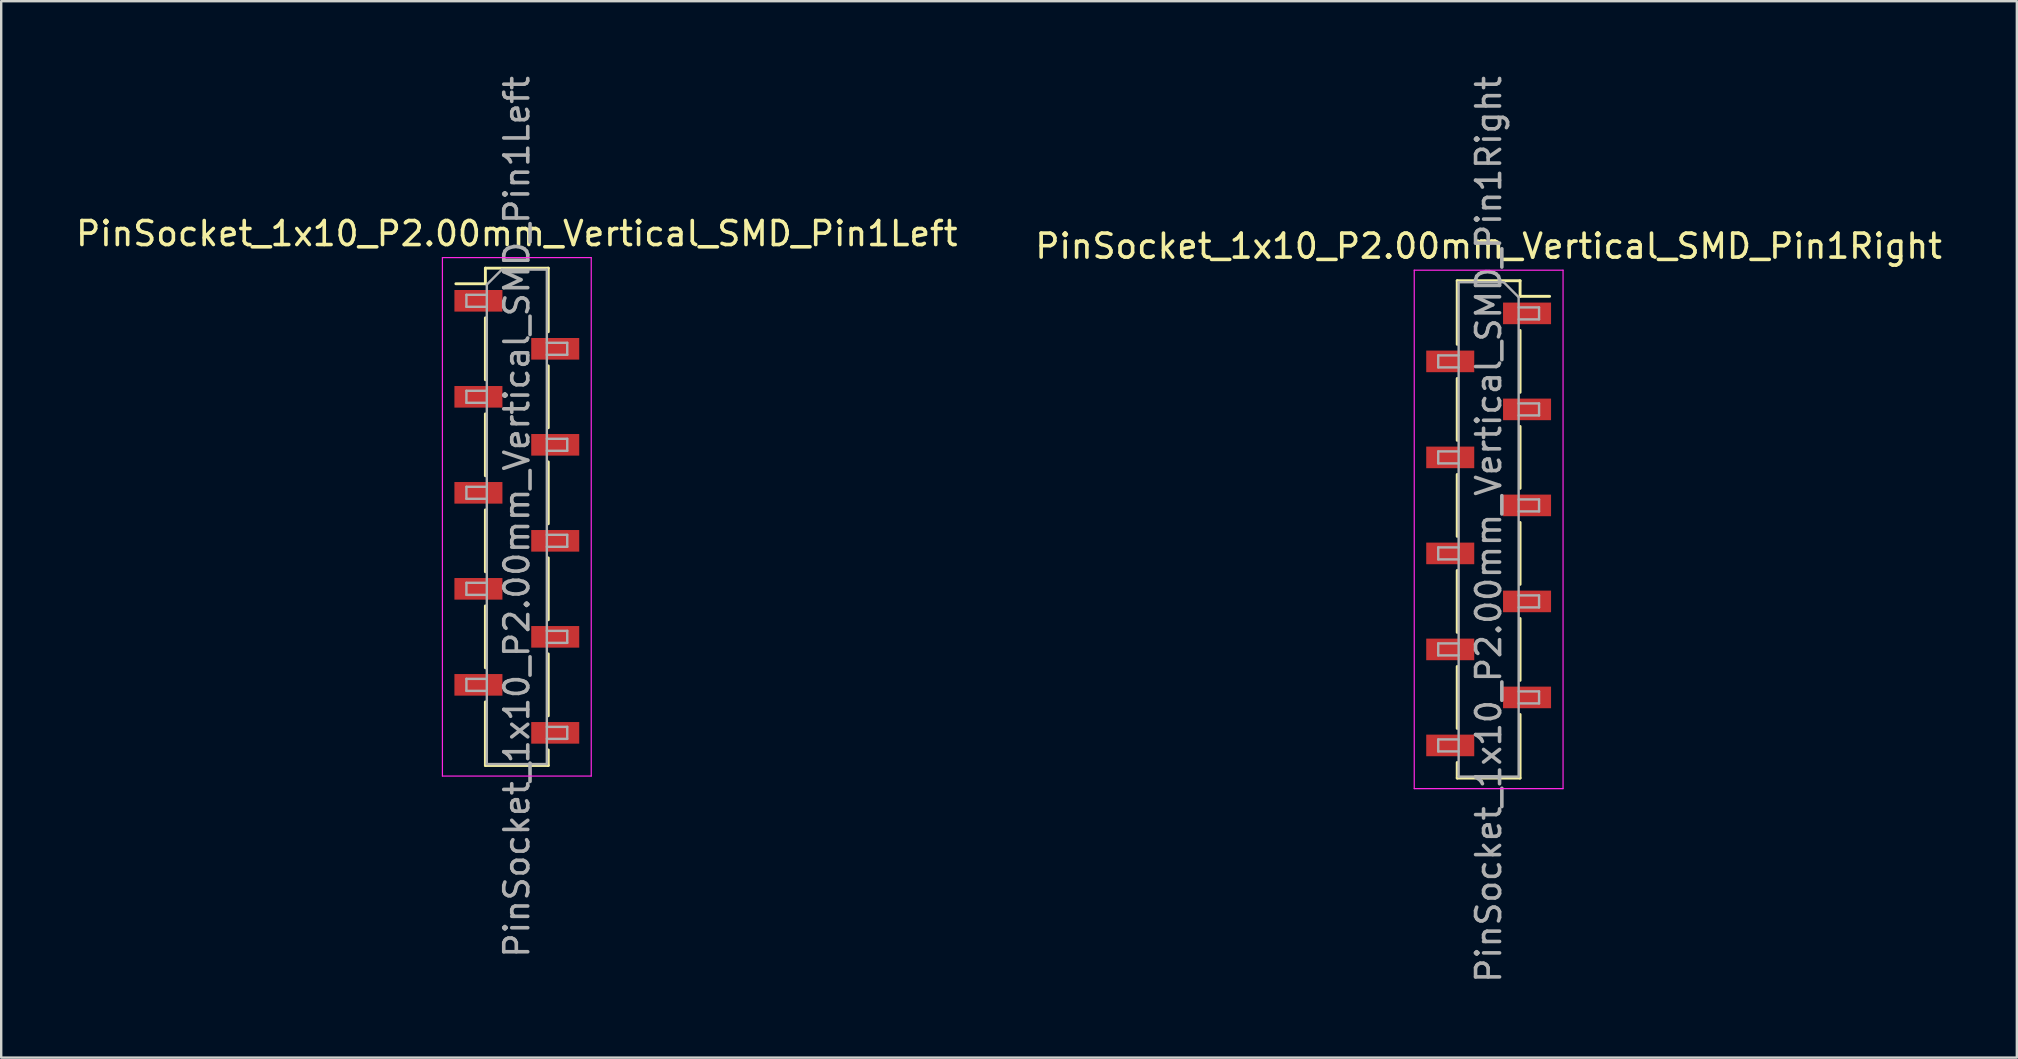
<source format=kicad_pcb>
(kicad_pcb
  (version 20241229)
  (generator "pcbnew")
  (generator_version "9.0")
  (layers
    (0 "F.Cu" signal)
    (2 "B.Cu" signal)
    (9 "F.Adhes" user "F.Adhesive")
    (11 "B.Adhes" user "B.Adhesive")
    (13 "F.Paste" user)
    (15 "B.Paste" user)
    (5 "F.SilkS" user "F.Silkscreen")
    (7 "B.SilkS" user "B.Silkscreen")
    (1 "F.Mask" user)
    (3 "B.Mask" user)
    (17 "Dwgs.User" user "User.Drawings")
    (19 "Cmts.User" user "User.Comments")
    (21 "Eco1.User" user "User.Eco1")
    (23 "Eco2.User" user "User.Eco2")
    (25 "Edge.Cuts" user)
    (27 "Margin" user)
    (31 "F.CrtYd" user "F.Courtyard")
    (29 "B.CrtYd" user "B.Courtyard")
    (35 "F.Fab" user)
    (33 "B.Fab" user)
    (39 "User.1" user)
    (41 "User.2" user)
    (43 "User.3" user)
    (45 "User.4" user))
  (footprint "PinSocket_1x10_P2.00mm_Vertical_SMD_Pin1Right"
    (layer "F.Cu")
    (at 58.97 19.006)
    (property "Reference" "PinSocket_1x10_P2.00mm_Vertical_SMD_Pin1Right" (at 0 -11.8 0) (layer "F.SilkS") (effects (font (size 1 1) (thickness 0.15))))
    (attr smd)
    (fp_line (start -1.31 -10.36) (end -1.31 -7.71) (stroke (width 0.12) (type solid)) (layer "F.SilkS"))
    (fp_line (start -1.31 -10.36) (end 1.31 -10.36) (stroke (width 0.12) (type solid)) (layer "F.SilkS"))
    (fp_line (start -1.31 -6.29) (end -1.31 -3.71) (stroke (width 0.12) (type solid)) (layer "F.SilkS"))
    (fp_line (start -1.31 -2.29) (end -1.31 0.29) (stroke (width 0.12) (type solid)) (layer "F.SilkS"))
    (fp_line (start -1.31 1.71) (end -1.31 4.29) (stroke (width 0.12) (type solid)) (layer "F.SilkS"))
    (fp_line (start -1.31 5.71) (end -1.31 8.29) (stroke (width 0.12) (type solid)) (layer "F.SilkS"))
    (fp_line (start -1.31 9.71) (end -1.31 10.36) (stroke (width 0.12) (type solid)) (layer "F.SilkS"))
    (fp_line (start -1.31 10.36) (end 1.31 10.36) (stroke (width 0.12) (type solid)) (layer "F.SilkS"))
    (fp_line (start 1.31 -10.36) (end 1.31 -9.71) (stroke (width 0.12) (type solid)) (layer "F.SilkS"))
    (fp_line (start 1.31 -9.71) (end 2.54 -9.71) (stroke (width 0.12) (type solid)) (layer "F.SilkS"))
    (fp_line (start 1.31 -8.29) (end 1.31 -5.71) (stroke (width 0.12) (type solid)) (layer "F.SilkS"))
    (fp_line (start 1.31 -4.29) (end 1.31 -1.71) (stroke (width 0.12) (type solid)) (layer "F.SilkS"))
    (fp_line (start 1.31 -0.29) (end 1.31 2.29) (stroke (width 0.12) (type solid)) (layer "F.SilkS"))
    (fp_line (start 1.31 3.71) (end 1.31 6.29) (stroke (width 0.12) (type solid)) (layer "F.SilkS"))
    (fp_line (start 1.31 7.71) (end 1.31 10.36) (stroke (width 0.12) (type solid)) (layer "F.SilkS"))
    (fp_line (start -3.1 -10.8) (end 3.1 -10.8) (stroke (width 0.05) (type solid)) (layer "F.CrtYd"))
    (fp_line (start -3.1 10.8) (end -3.1 -10.8) (stroke (width 0.05) (type solid)) (layer "F.CrtYd"))
    (fp_line (start 3.1 -10.8) (end 3.1 10.8) (stroke (width 0.05) (type solid)) (layer "F.CrtYd"))
    (fp_line (start 3.1 10.8) (end -3.1 10.8) (stroke (width 0.05) (type solid)) (layer "F.CrtYd"))
    (fp_line (start -2.1 -7.25) (end -1.25 -7.25) (stroke (width 0.1) (type solid)) (layer "F.Fab"))
    (fp_line (start -2.1 -6.75) (end -2.1 -7.25) (stroke (width 0.1) (type solid)) (layer "F.Fab"))
    (fp_line (start -2.1 -3.25) (end -1.25 -3.25) (stroke (width 0.1) (type solid)) (layer "F.Fab"))
    (fp_line (start -2.1 -2.75) (end -2.1 -3.25) (stroke (width 0.1) (type solid)) (layer "F.Fab"))
    (fp_line (start -2.1 0.75) (end -1.25 0.75) (stroke (width 0.1) (type solid)) (layer "F.Fab"))
    (fp_line (start -2.1 1.25) (end -2.1 0.75) (stroke (width 0.1) (type solid)) (layer "F.Fab"))
    (fp_line (start -2.1 4.75) (end -1.25 4.75) (stroke (width 0.1) (type solid)) (layer "F.Fab"))
    (fp_line (start -2.1 5.25) (end -2.1 4.75) (stroke (width 0.1) (type solid)) (layer "F.Fab"))
    (fp_line (start -2.1 8.75) (end -1.25 8.75) (stroke (width 0.1) (type solid)) (layer "F.Fab"))
    (fp_line (start -2.1 9.25) (end -2.1 8.75) (stroke (width 0.1) (type solid)) (layer "F.Fab"))
    (fp_line (start -1.25 -10.3) (end 0.625 -10.3) (stroke (width 0.1) (type solid)) (layer "F.Fab"))
    (fp_line (start -1.25 -6.75) (end -2.1 -6.75) (stroke (width 0.1) (type solid)) (layer "F.Fab"))
    (fp_line (start -1.25 -2.75) (end -2.1 -2.75) (stroke (width 0.1) (type solid)) (layer "F.Fab"))
    (fp_line (start -1.25 1.25) (end -2.1 1.25) (stroke (width 0.1) (type solid)) (layer "F.Fab"))
    (fp_line (start -1.25 5.25) (end -2.1 5.25) (stroke (width 0.1) (type solid)) (layer "F.Fab"))
    (fp_line (start -1.25 9.25) (end -2.1 9.25) (stroke (width 0.1) (type solid)) (layer "F.Fab"))
    (fp_line (start -1.25 10.3) (end -1.25 -10.3) (stroke (width 0.1) (type solid)) (layer "F.Fab"))
    (fp_line (start 0.625 -10.3) (end 1.25 -9.675) (stroke (width 0.1) (type solid)) (layer "F.Fab"))
    (fp_line (start 1.25 -9.675) (end 1.25 10.3) (stroke (width 0.1) (type solid)) (layer "F.Fab"))
    (fp_line (start 1.25 -9.25) (end 2.1 -9.25) (stroke (width 0.1) (type solid)) (layer "F.Fab"))
    (fp_line (start 1.25 -5.25) (end 2.1 -5.25) (stroke (width 0.1) (type solid)) (layer "F.Fab"))
    (fp_line (start 1.25 -1.25) (end 2.1 -1.25) (stroke (width 0.1) (type solid)) (layer "F.Fab"))
    (fp_line (start 1.25 2.75) (end 2.1 2.75) (stroke (width 0.1) (type solid)) (layer "F.Fab"))
    (fp_line (start 1.25 6.75) (end 2.1 6.75) (stroke (width 0.1) (type solid)) (layer "F.Fab"))
    (fp_line (start 1.25 10.3) (end -1.25 10.3) (stroke (width 0.1) (type solid)) (layer "F.Fab"))
    (fp_line (start 2.1 -9.25) (end 2.1 -8.75) (stroke (width 0.1) (type solid)) (layer "F.Fab"))
    (fp_line (start 2.1 -8.75) (end 1.25 -8.75) (stroke (width 0.1) (type solid)) (layer "F.Fab"))
    (fp_line (start 2.1 -5.25) (end 2.1 -4.75) (stroke (width 0.1) (type solid)) (layer "F.Fab"))
    (fp_line (start 2.1 -4.75) (end 1.25 -4.75) (stroke (width 0.1) (type solid)) (layer "F.Fab"))
    (fp_line (start 2.1 -1.25) (end 2.1 -0.75) (stroke (width 0.1) (type solid)) (layer "F.Fab"))
    (fp_line (start 2.1 -0.75) (end 1.25 -0.75) (stroke (width 0.1) (type solid)) (layer "F.Fab"))
    (fp_line (start 2.1 2.75) (end 2.1 3.25) (stroke (width 0.1) (type solid)) (layer "F.Fab"))
    (fp_line (start 2.1 3.25) (end 1.25 3.25) (stroke (width 0.1) (type solid)) (layer "F.Fab"))
    (fp_line (start 2.1 6.75) (end 2.1 7.25) (stroke (width 0.1) (type solid)) (layer "F.Fab"))
    (fp_line (start 2.1 7.25) (end 1.25 7.25) (stroke (width 0.1) (type solid)) (layer "F.Fab"))
    (fp_text user "${REFERENCE}" (at 0 0 90) (layer "F.Fab") (effects (font (size 1 1) (thickness 0.15))))
    (pad "1" smd rect (at 1.6 -9) (size 2 0.9) (layers "F.Cu" "F.Mask" "F.Paste"))
    (pad "2" smd rect (at -1.6 -7) (size 2 0.9) (layers "F.Cu" "F.Mask" "F.Paste"))
    (pad "3" smd rect (at 1.6 -5) (size 2 0.9) (layers "F.Cu" "F.Mask" "F.Paste"))
    (pad "4" smd rect (at -1.6 -3) (size 2 0.9) (layers "F.Cu" "F.Mask" "F.Paste"))
    (pad "5" smd rect (at 1.6 -1) (size 2 0.9) (layers "F.Cu" "F.Mask" "F.Paste"))
    (pad "6" smd rect (at -1.6 1) (size 2 0.9) (layers "F.Cu" "F.Mask" "F.Paste"))
    (pad "7" smd rect (at 1.6 3) (size 2 0.9) (layers "F.Cu" "F.Mask" "F.Paste"))
    (pad "8" smd rect (at -1.6 5) (size 2 0.9) (layers "F.Cu" "F.Mask" "F.Paste"))
    (pad "9" smd rect (at 1.6 7) (size 2 0.9) (layers "F.Cu" "F.Mask" "F.Paste"))
    (pad "10" smd rect (at -1.6 9) (size 2 0.9) (layers "F.Cu" "F.Mask" "F.Paste")))
  (footprint "PinSocket_1x10_P2.00mm_Vertical_SMD_Pin1Left"
    (layer "F.Cu")
    (at 18.482 18.482)
    (property "Reference" "PinSocket_1x10_P2.00mm_Vertical_SMD_Pin1Left" (at 0 -11.8 0) (layer "F.SilkS") (effects (font (size 1 1) (thickness 0.15))))
    (attr smd)
    (fp_line (start -2.54 -9.71) (end -1.31 -9.71) (stroke (width 0.12) (type solid)) (layer "F.SilkS"))
    (fp_line (start -1.31 -10.36) (end -1.31 -9.71) (stroke (width 0.12) (type solid)) (layer "F.SilkS"))
    (fp_line (start -1.31 -10.36) (end 1.31 -10.36) (stroke (width 0.12) (type solid)) (layer "F.SilkS"))
    (fp_line (start -1.31 -8.29) (end -1.31 -5.71) (stroke (width 0.12) (type solid)) (layer "F.SilkS"))
    (fp_line (start -1.31 -4.29) (end -1.31 -1.71) (stroke (width 0.12) (type solid)) (layer "F.SilkS"))
    (fp_line (start -1.31 -0.29) (end -1.31 2.29) (stroke (width 0.12) (type solid)) (layer "F.SilkS"))
    (fp_line (start -1.31 3.71) (end -1.31 6.29) (stroke (width 0.12) (type solid)) (layer "F.SilkS"))
    (fp_line (start -1.31 7.71) (end -1.31 10.36) (stroke (width 0.12) (type solid)) (layer "F.SilkS"))
    (fp_line (start -1.31 10.36) (end 1.31 10.36) (stroke (width 0.12) (type solid)) (layer "F.SilkS"))
    (fp_line (start 1.31 -10.36) (end 1.31 -7.71) (stroke (width 0.12) (type solid)) (layer "F.SilkS"))
    (fp_line (start 1.31 -6.29) (end 1.31 -3.71) (stroke (width 0.12) (type solid)) (layer "F.SilkS"))
    (fp_line (start 1.31 -2.29) (end 1.31 0.29) (stroke (width 0.12) (type solid)) (layer "F.SilkS"))
    (fp_line (start 1.31 1.71) (end 1.31 4.29) (stroke (width 0.12) (type solid)) (layer "F.SilkS"))
    (fp_line (start 1.31 5.71) (end 1.31 8.29) (stroke (width 0.12) (type solid)) (layer "F.SilkS"))
    (fp_line (start 1.31 9.71) (end 1.31 10.36) (stroke (width 0.12) (type solid)) (layer "F.SilkS"))
    (fp_line (start -3.1 -10.8) (end 3.1 -10.8) (stroke (width 0.05) (type solid)) (layer "F.CrtYd"))
    (fp_line (start -3.1 10.8) (end -3.1 -10.8) (stroke (width 0.05) (type solid)) (layer "F.CrtYd"))
    (fp_line (start 3.1 -10.8) (end 3.1 10.8) (stroke (width 0.05) (type solid)) (layer "F.CrtYd"))
    (fp_line (start 3.1 10.8) (end -3.1 10.8) (stroke (width 0.05) (type solid)) (layer "F.CrtYd"))
    (fp_line (start -2.1 -9.25) (end -1.25 -9.25) (stroke (width 0.1) (type solid)) (layer "F.Fab"))
    (fp_line (start -2.1 -8.75) (end -2.1 -9.25) (stroke (width 0.1) (type solid)) (layer "F.Fab"))
    (fp_line (start -2.1 -5.25) (end -1.25 -5.25) (stroke (width 0.1) (type solid)) (layer "F.Fab"))
    (fp_line (start -2.1 -4.75) (end -2.1 -5.25) (stroke (width 0.1) (type solid)) (layer "F.Fab"))
    (fp_line (start -2.1 -1.25) (end -1.25 -1.25) (stroke (width 0.1) (type solid)) (layer "F.Fab"))
    (fp_line (start -2.1 -0.75) (end -2.1 -1.25) (stroke (width 0.1) (type solid)) (layer "F.Fab"))
    (fp_line (start -2.1 2.75) (end -1.25 2.75) (stroke (width 0.1) (type solid)) (layer "F.Fab"))
    (fp_line (start -2.1 3.25) (end -2.1 2.75) (stroke (width 0.1) (type solid)) (layer "F.Fab"))
    (fp_line (start -2.1 6.75) (end -1.25 6.75) (stroke (width 0.1) (type solid)) (layer "F.Fab"))
    (fp_line (start -2.1 7.25) (end -2.1 6.75) (stroke (width 0.1) (type solid)) (layer "F.Fab"))
    (fp_line (start -1.25 -9.675) (end -0.625 -10.3) (stroke (width 0.1) (type solid)) (layer "F.Fab"))
    (fp_line (start -1.25 -8.75) (end -2.1 -8.75) (stroke (width 0.1) (type solid)) (layer "F.Fab"))
    (fp_line (start -1.25 -4.75) (end -2.1 -4.75) (stroke (width 0.1) (type solid)) (layer "F.Fab"))
    (fp_line (start -1.25 -0.75) (end -2.1 -0.75) (stroke (width 0.1) (type solid)) (layer "F.Fab"))
    (fp_line (start -1.25 3.25) (end -2.1 3.25) (stroke (width 0.1) (type solid)) (layer "F.Fab"))
    (fp_line (start -1.25 7.25) (end -2.1 7.25) (stroke (width 0.1) (type solid)) (layer "F.Fab"))
    (fp_line (start -1.25 10.3) (end -1.25 -9.675) (stroke (width 0.1) (type solid)) (layer "F.Fab"))
    (fp_line (start -0.625 -10.3) (end 1.25 -10.3) (stroke (width 0.1) (type solid)) (layer "F.Fab"))
    (fp_line (start 1.25 -10.3) (end 1.25 10.3) (stroke (width 0.1) (type solid)) (layer "F.Fab"))
    (fp_line (start 1.25 -7.25) (end 2.1 -7.25) (stroke (width 0.1) (type solid)) (layer "F.Fab"))
    (fp_line (start 1.25 -3.25) (end 2.1 -3.25) (stroke (width 0.1) (type solid)) (layer "F.Fab"))
    (fp_line (start 1.25 0.75) (end 2.1 0.75) (stroke (width 0.1) (type solid)) (layer "F.Fab"))
    (fp_line (start 1.25 4.75) (end 2.1 4.75) (stroke (width 0.1) (type solid)) (layer "F.Fab"))
    (fp_line (start 1.25 8.75) (end 2.1 8.75) (stroke (width 0.1) (type solid)) (layer "F.Fab"))
    (fp_line (start 1.25 10.3) (end -1.25 10.3) (stroke (width 0.1) (type solid)) (layer "F.Fab"))
    (fp_line (start 2.1 -7.25) (end 2.1 -6.75) (stroke (width 0.1) (type solid)) (layer "F.Fab"))
    (fp_line (start 2.1 -6.75) (end 1.25 -6.75) (stroke (width 0.1) (type solid)) (layer "F.Fab"))
    (fp_line (start 2.1 -3.25) (end 2.1 -2.75) (stroke (width 0.1) (type solid)) (layer "F.Fab"))
    (fp_line (start 2.1 -2.75) (end 1.25 -2.75) (stroke (width 0.1) (type solid)) (layer "F.Fab"))
    (fp_line (start 2.1 0.75) (end 2.1 1.25) (stroke (width 0.1) (type solid)) (layer "F.Fab"))
    (fp_line (start 2.1 1.25) (end 1.25 1.25) (stroke (width 0.1) (type solid)) (layer "F.Fab"))
    (fp_line (start 2.1 4.75) (end 2.1 5.25) (stroke (width 0.1) (type solid)) (layer "F.Fab"))
    (fp_line (start 2.1 5.25) (end 1.25 5.25) (stroke (width 0.1) (type solid)) (layer "F.Fab"))
    (fp_line (start 2.1 8.75) (end 2.1 9.25) (stroke (width 0.1) (type solid)) (layer "F.Fab"))
    (fp_line (start 2.1 9.25) (end 1.25 9.25) (stroke (width 0.1) (type solid)) (layer "F.Fab"))
    (fp_text user "${REFERENCE}" (at 0 0 90) (layer "F.Fab") (effects (font (size 1 1) (thickness 0.15))))
    (pad "1" smd rect (at -1.6 -9) (size 2 0.9) (layers "F.Cu" "F.Mask" "F.Paste"))
    (pad "2" smd rect (at 1.6 -7) (size 2 0.9) (layers "F.Cu" "F.Mask" "F.Paste"))
    (pad "3" smd rect (at -1.6 -5) (size 2 0.9) (layers "F.Cu" "F.Mask" "F.Paste"))
    (pad "4" smd rect (at 1.6 -3) (size 2 0.9) (layers "F.Cu" "F.Mask" "F.Paste"))
    (pad "5" smd rect (at -1.6 -1) (size 2 0.9) (layers "F.Cu" "F.Mask" "F.Paste"))
    (pad "6" smd rect (at 1.6 1) (size 2 0.9) (layers "F.Cu" "F.Mask" "F.Paste"))
    (pad "7" smd rect (at -1.6 3) (size 2 0.9) (layers "F.Cu" "F.Mask" "F.Paste"))
    (pad "8" smd rect (at 1.6 5) (size 2 0.9) (layers "F.Cu" "F.Mask" "F.Paste"))
    (pad "9" smd rect (at -1.6 7) (size 2 0.9) (layers "F.Cu" "F.Mask" "F.Paste"))
    (pad "10" smd rect (at 1.6 9) (size 2 0.9) (layers "F.Cu" "F.Mask" "F.Paste")))
  (gr_rect
    (start -3 -3)
    (end 80.976 41.012)
    (stroke (width 0.1) (type default))
    (fill no)
    (layer "Edge.Cuts")))
</source>
